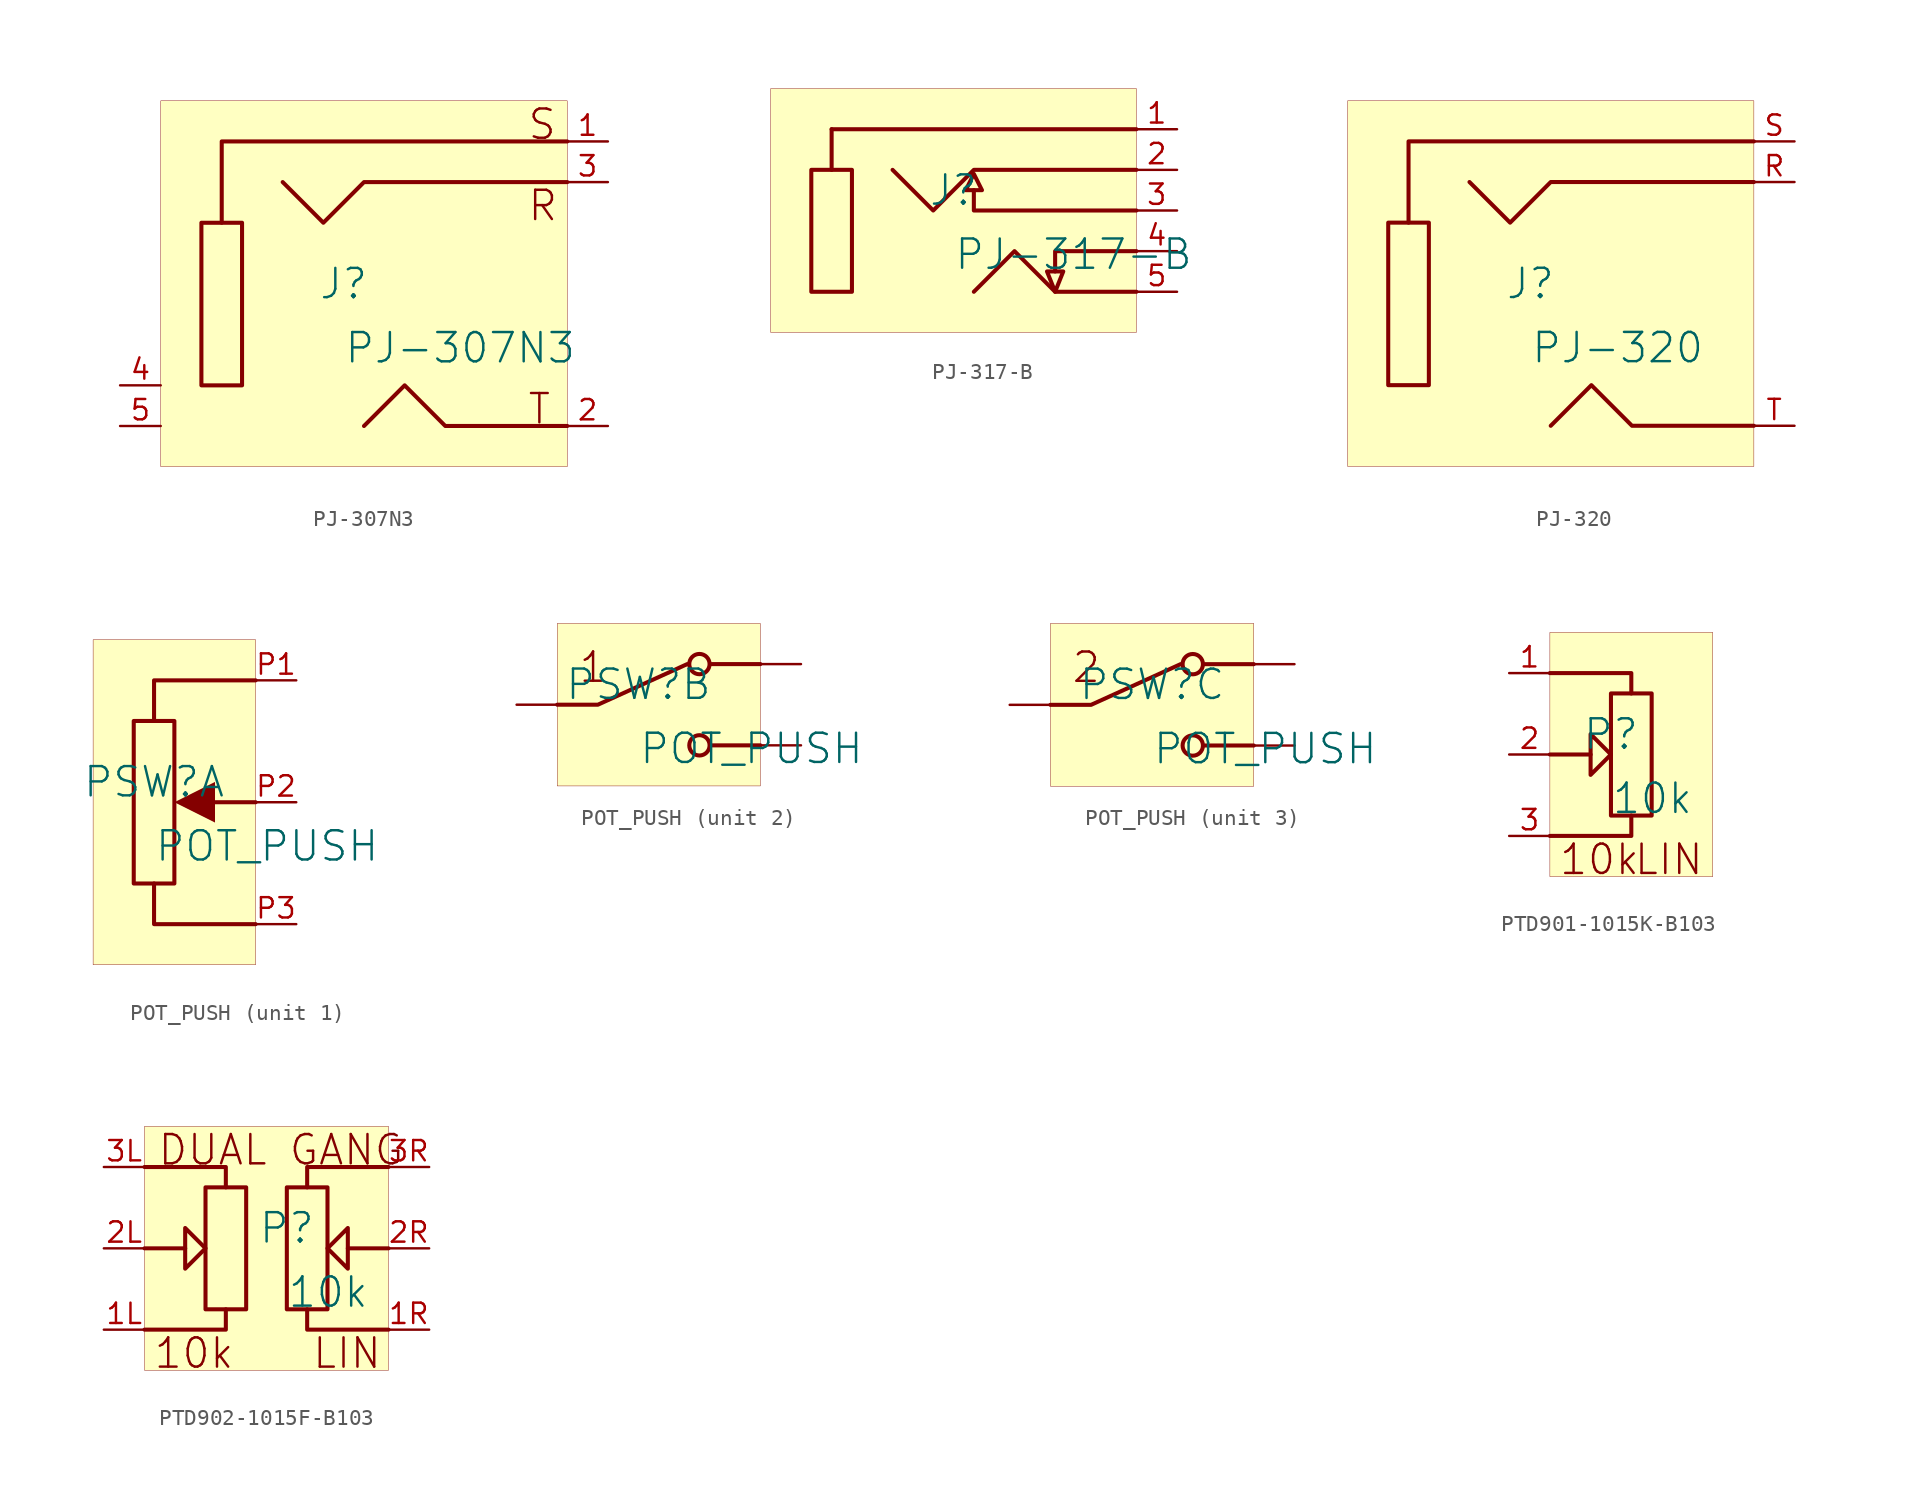
<source format=kicad_sym>
(kicad_symbol_lib
  (version 20231120)
  (generator "kicad_symbol_editor")
  (generator_version "8.0")
  (symbol "PJ-307N3"
    (property "Reference" "J"
      (at -1.27 1.27 0)
      (effects (font (size 1.829 1.829))))
    (property "Value" "PJ-307N3"
      (at -1.27 -3.81 0)
      (effects (font (size 1.829 1.829)) (justify left bottom)))
    (symbol "PJ-307N3_1_0"
      (polyline (pts (xy 12.7 10.16) (xy -8.89 10.16) (xy -8.89 5.08)) (stroke (width 0.254) (type solid)) (fill (type none)))
      (polyline (pts (xy -5.08 7.62) (xy -2.54 5.08) (xy 0 7.62) (xy 12.7 7.62)) (stroke (width 0.254) (type solid)) (fill (type none)))
      (polyline (pts (xy 0 -7.62) (xy 2.54 -5.08) (xy 5.08 -7.62) (xy 12.7 -7.62)) (stroke (width 0.254) (type solid)) (fill (type none)))
      (polyline (pts (xy -10.16 0) (xy -10.16 -5.08) (xy -7.62 -5.08) (xy -7.62 5.08) (xy -10.16 5.08) (xy -10.16 0)) (stroke (width 0.254) (type solid)) (fill (type none)))
      (rectangle (start 12.7 12.7) (end -12.7 -10.16) (stroke (width 0.025) (type solid) (color 128 0 0 1)) (fill (type background)))
      (text "R" (at 10.16 5.08 0) (effects (font (size 1.829 1.829)) (justify left bottom)))
      (text "S" (at 10.16 10.16 0) (effects (font (size 1.829 1.829)) (justify left bottom)))
      (text "T" (at 10.16 -7.62 0) (effects (font (size 1.829 1.829)) (justify left bottom)))
      (pin passive line (at 15.24 10.16 180) (length 2.54) (name "Sleeve" (effects (font (size 0 0)))) (number "1" (effects (font (size 1.27 1.27)))))
      (pin passive line (at 15.24 -7.62 180) (length 2.54) (name "Tip" (effects (font (size 0 0)))) (number "2" (effects (font (size 1.27 1.27)))))
      (pin passive line (at 15.24 7.62 180) (length 2.54) (name "Ring" (effects (font (size 0 0)))) (number "3" (effects (font (size 1.27 1.27)))))
      (pin passive line (at -15.24 -5.08 0) (length 2.54) (name "NC" (effects (font (size 0 0)))) (number "4" (effects (font (size 1.27 1.27)))))
      (pin passive line (at -15.24 -7.62 0) (length 2.54) (name "NC" (effects (font (size 0 0)))) (number "5" (effects (font (size 1.27 1.27)))))))
  (symbol "PJ-317-B"
    (property "Reference" "J"
      (at -1.27 1.27 0)
      (effects (font (size 1.829 1.829))))
    (property "Value" "PJ-317-B"
      (at -1.27 -3.81 0)
      (effects (font (size 1.829 1.829)) (justify left bottom)))
    (symbol "PJ-317-B_1_0"
      (polyline (pts (xy -8.89 5.08) (xy -8.89 2.54)) (stroke (width 0.254) (type solid)) (fill (type none)))
      (polyline (pts (xy 10.16 5.08) (xy -8.89 5.08)) (stroke (width 0.254) (type solid)) (fill (type none)))
      (polyline (pts (xy 10.16 -2.54) (xy 5.08 -2.54) (xy 5.08 -3.81)) (stroke (width 0.254) (type solid)) (fill (type none)))
      (polyline (pts (xy 10.16 0) (xy 0 0) (xy 0 1.27)) (stroke (width 0.254) (type solid)) (fill (type none)))
      (polyline (pts (xy 10.16 -5.08) (xy 5.08 -5.08) (xy 2.54 -2.54) (xy 0 -5.08)) (stroke (width 0.254) (type solid)) (fill (type none)))
      (polyline (pts (xy 10.16 2.54) (xy 0 2.54) (xy -2.54 0) (xy -5.08 2.54)) (stroke (width 0.254) (type solid)) (fill (type none)))
      (polyline (pts (xy -10.16 2.54) (xy -10.16 -5.08) (xy -7.62 -5.08) (xy -7.62 2.54) (xy -10.16 2.54)) (stroke (width 0.254) (type solid)) (fill (type none)))
      (polyline (pts (xy 0 1.27) (xy 0.508 1.27) (xy 0 2.286) (xy -0.508 1.27) (xy 0 1.27)) (stroke (width 0.254) (type solid)) (fill (type none)))
      (polyline (pts (xy 5.08 -3.81) (xy 5.588 -3.81) (xy 5.08 -5.08) (xy 4.572 -3.81) (xy 5.08 -3.81)) (stroke (width 0.254) (type solid)) (fill (type none)))
      (rectangle (start 10.16 7.62) (end -12.7 -7.62) (stroke (width 0.025) (type solid) (color 128 0 0 1)) (fill (type background)))
      (pin passive line (at 12.7 5.08 180) (length 2.54) (name "1" (effects (font (size 0 0)))) (number "1" (effects (font (size 1.27 1.27)))))
      (pin passive line (at 12.7 2.54 180) (length 2.54) (name "2" (effects (font (size 0 0)))) (number "2" (effects (font (size 1.27 1.27)))))
      (pin passive line (at 12.7 0 180) (length 2.54) (name "3" (effects (font (size 0 0)))) (number "3" (effects (font (size 1.27 1.27)))))
      (pin passive line (at 12.7 -2.54 180) (length 2.54) (name "4" (effects (font (size 0 0)))) (number "4" (effects (font (size 1.27 1.27)))))
      (pin passive line (at 12.7 -5.08 180) (length 2.54) (name "5" (effects (font (size 0 0)))) (number "5" (effects (font (size 1.27 1.27)))))))
  (symbol "PJ-320"
    (property "Reference" "J"
      (at -1.27 1.27 0)
      (effects (font (size 1.829 1.829))))
    (property "Value" "PJ-320"
      (at -1.27 -3.81 0)
      (effects (font (size 1.829 1.829)) (justify left bottom)))
    (symbol "PJ-320_1_0"
      (polyline (pts (xy 12.7 10.16) (xy -8.89 10.16) (xy -8.89 5.08)) (stroke (width 0.254) (type solid)) (fill (type none)))
      (polyline (pts (xy -5.08 7.62) (xy -2.54 5.08) (xy 0 7.62) (xy 12.7 7.62)) (stroke (width 0.254) (type solid)) (fill (type none)))
      (polyline (pts (xy 0 -7.62) (xy 2.54 -5.08) (xy 5.08 -7.62) (xy 12.7 -7.62)) (stroke (width 0.254) (type solid)) (fill (type none)))
      (polyline (pts (xy -10.16 0) (xy -10.16 -5.08) (xy -7.62 -5.08) (xy -7.62 5.08) (xy -10.16 5.08) (xy -10.16 0)) (stroke (width 0.254) (type solid)) (fill (type none)))
      (rectangle (start 12.7 12.7) (end -12.7 -10.16) (stroke (width 0.025) (type solid) (color 128 0 0 1)) (fill (type background)))
      (pin passive line (at 15.24 7.62 180) (length 2.54) (name "Ring" (effects (font (size 0 0)))) (number "R" (effects (font (size 1.27 1.27)))))
      (pin passive line (at 15.24 10.16 180) (length 2.54) (name "Sleeve" (effects (font (size 0 0)))) (number "S" (effects (font (size 1.27 1.27)))))
      (pin passive line (at 15.24 -7.62 180) (length 2.54) (name "Tip" (effects (font (size 0 0)))) (number "T" (effects (font (size 1.27 1.27)))))))
  (symbol "POT_PUSH"
    (property "Reference" "PSW"
      (at -1.27 1.27 0)
      (effects (font (size 1.829 1.829))))
    (property "Value" "POT_PUSH"
      (at -1.27 -3.81 0)
      (effects (font (size 1.829 1.829)) (justify left bottom)))
    (symbol "POT_PUSH_1_0"
      (polyline (pts (xy 2.54 0) (xy 5.08 0)) (stroke (width 0.254) (type solid)) (fill (type none)))
      (polyline (pts (xy -1.27 5.08) (xy -1.27 7.62) (xy 5.08 7.62)) (stroke (width 0.254) (type solid)) (fill (type none)))
      (polyline (pts (xy 5.08 -7.62) (xy -1.27 -7.62) (xy -1.27 -5.08)) (stroke (width 0.254) (type solid)) (fill (type none)))
      (polyline (pts (xy 0 0) (xy 2.54 1.27) (xy 2.54 -1.27) (xy 0 0) (xy 0 0)) (stroke (width -0.0001) (type solid)) (fill (type outline)))
      (polyline (pts (xy 0 5.08) (xy 0 -5.08) (xy -2.54 -5.08) (xy -2.54 5.08) (xy 0 5.08)) (stroke (width 0.254) (type solid)) (fill (type none)))
      (rectangle (start 5.08 10.16) (end -5.08 -10.16) (stroke (width 0.025) (type solid) (color 128 0 0 1)) (fill (type background)))
      (pin passive line (at 7.62 7.62 180) (length 2.54) (name "1" (effects (font (size 0 0)))) (number "P1" (effects (font (size 1.27 1.27)))))
      (pin passive line (at 7.62 0 180) (length 2.54) (name "2" (effects (font (size 0 0)))) (number "P2" (effects (font (size 1.27 1.27)))))
      (pin passive line (at 7.62 -7.62 180) (length 2.54) (name "3" (effects (font (size 0 0)))) (number "P3" (effects (font (size 1.27 1.27))))))
    (symbol "POT_PUSH_2_0"
      (polyline (pts (xy 6.35 -2.54) (xy 3.302 -2.54)) (stroke (width 0.254) (type solid)) (fill (type none)))
      (polyline (pts (xy 6.35 2.54) (xy 3.302 2.54)) (stroke (width 0.254) (type solid)) (fill (type none)))
      (polyline (pts (xy -6.35 0) (xy -3.81 0) (xy 1.778 2.54)) (stroke (width 0.254) (type solid)) (fill (type none)))
      (circle (center 2.54 -2.54) (radius 0.635) (stroke (width 0.254) (type solid)) (fill (type none)))
      (circle (center 2.54 2.54) (radius 0.635) (stroke (width 0.254) (type solid)) (fill (type none)))
      (rectangle (start 6.35 5.08) (end -6.35 -5.08) (stroke (width 0.025) (type solid) (color 128 0 0 1)) (fill (type background)))
      (text "1" (at -5.08 1.27 0) (effects (font (size 1.829 1.829)) (justify left bottom)))
      (pin passive line (at -8.89 0 0) (length 2.54) (name "COM" (effects (font (size 0 0)))) (number "SW1COM" (effects (font (size 0 0)))))
      (pin passive line (at 8.89 2.54 180) (length 2.54) (name "NC" (effects (font (size 0 0)))) (number "SW1NC" (effects (font (size 0 0)))))
      (pin passive line (at 8.89 -2.54 180) (length 2.54) (name "NO" (effects (font (size 0 0)))) (number "SW1NO" (effects (font (size 0 0))))))
    (symbol "POT_PUSH_3_0"
      (polyline (pts (xy 5.08 -2.54) (xy 2.032 -2.54)) (stroke (width 0.254) (type solid)) (fill (type none)))
      (polyline (pts (xy 5.08 2.54) (xy 2.032 2.54)) (stroke (width 0.254) (type solid)) (fill (type none)))
      (polyline (pts (xy -7.62 0) (xy -5.08 0) (xy 0.508 2.54)) (stroke (width 0.254) (type solid)) (fill (type none)))
      (circle (center 1.27 -2.54) (radius 0.635) (stroke (width 0.254) (type solid)) (fill (type none)))
      (circle (center 1.27 2.54) (radius 0.635) (stroke (width 0.254) (type solid)) (fill (type none)))
      (rectangle (start 5.08 5.08) (end -7.62 -5.08) (stroke (width 0.025) (type solid) (color 128 0 0 1)) (fill (type background)))
      (text "2" (at -6.35 1.27 0) (effects (font (size 1.829 1.829)) (justify left bottom)))
      (pin passive line (at -10.16 0 0) (length 2.54) (name "COM" (effects (font (size 0 0)))) (number "SW2COM" (effects (font (size 0 0)))))
      (pin passive line (at 7.62 2.54 180) (length 2.54) (name "NC" (effects (font (size 0 0)))) (number "SW2NC" (effects (font (size 0 0)))))
      (pin passive line (at 7.62 -2.54 180) (length 2.54) (name "NO" (effects (font (size 0 0)))) (number "SW2NO" (effects (font (size 0 0)))))))
  (symbol "PTD901-1015K-B103"
    (property "Reference" "P"
      (at -1.27 1.27 0)
      (effects (font (size 1.829 1.829))))
    (property "Value" "10k"
      (at -1.27 -3.81 0)
      (effects (font (size 1.829 1.829)) (justify left bottom)))
    (symbol "PTD901-1015K-B103_1_0"
      (polyline (pts (xy -5.08 0) (xy -2.54 0)) (stroke (width 0.254) (type solid)) (fill (type none)))
      (polyline (pts (xy -5.08 -5.08) (xy 0 -5.08) (xy 0 -3.81)) (stroke (width 0.254) (type solid)) (fill (type none)))
      (polyline (pts (xy -5.08 5.08) (xy 0 5.08) (xy 0 3.81)) (stroke (width 0.254) (type solid)) (fill (type none)))
      (polyline (pts (xy -2.54 0) (xy -2.54 1.27) (xy -1.27 0) (xy -2.54 -1.27) (xy -2.54 0)) (stroke (width 0.254) (type solid)) (fill (type none)))
      (polyline (pts (xy 1.27 3.81) (xy -1.27 3.81) (xy -1.27 -3.81) (xy 1.27 -3.81) (xy 1.27 3.81)) (stroke (width 0.254) (type solid)) (fill (type none)))
      (rectangle (start 5.08 7.62) (end -5.08 -7.62) (stroke (width 0.025) (type solid) (color 128 0 0 1)) (fill (type background)))
      (text "10k" (at -4.572 -7.62 0) (effects (font (size 1.829 1.829)) (justify left bottom)))
      (text "LIN" (at 4.572 -7.62 0) (effects (font (size 1.829 1.829)) (justify right bottom)))
      (pin passive line (at -7.62 5.08 0) (length 2.54) (name "1" (effects (font (size 0 0)))) (number "1" (effects (font (size 1.27 1.27)))))
      (pin passive line (at -7.62 0 0) (length 2.54) (name "2" (effects (font (size 0 0)))) (number "2" (effects (font (size 1.27 1.27)))))
      (pin passive line (at -7.62 -5.08 0) (length 2.54) (name "3" (effects (font (size 0 0)))) (number "3" (effects (font (size 1.27 1.27)))))))
  (symbol "PTD902-1015F-B103"
    (property "Reference" "P"
      (at -1.27 1.27 0)
      (effects (font (size 1.829 1.829))))
    (property "Value" "10k"
      (at -1.27 -3.81 0)
      (effects (font (size 1.829 1.829)) (justify left bottom)))
    (symbol "PTD902-1015F-B103_1_0"
      (polyline (pts (xy -10.16 0) (xy -7.62 0)) (stroke (width 0.254) (type solid)) (fill (type none)))
      (polyline (pts (xy 5.08 0) (xy 2.54 0)) (stroke (width 0.254) (type solid)) (fill (type none)))
      (polyline (pts (xy -10.16 -5.08) (xy -5.08 -5.08) (xy -5.08 -3.81)) (stroke (width 0.254) (type solid)) (fill (type none)))
      (polyline (pts (xy -10.16 5.08) (xy -5.08 5.08) (xy -5.08 3.81)) (stroke (width 0.254) (type solid)) (fill (type none)))
      (polyline (pts (xy 5.08 -5.08) (xy 0 -5.08) (xy 0 -3.81)) (stroke (width 0.254) (type solid)) (fill (type none)))
      (polyline (pts (xy 5.08 5.08) (xy 0 5.08) (xy 0 3.81)) (stroke (width 0.254) (type solid)) (fill (type none)))
      (polyline (pts (xy -7.62 0) (xy -7.62 1.27) (xy -6.35 0) (xy -7.62 -1.27) (xy -7.62 0)) (stroke (width 0.254) (type solid)) (fill (type none)))
      (polyline (pts (xy -3.81 3.81) (xy -6.35 3.81) (xy -6.35 -3.81) (xy -3.81 -3.81) (xy -3.81 3.81)) (stroke (width 0.254) (type solid)) (fill (type none)))
      (polyline (pts (xy -1.27 3.81) (xy 1.27 3.81) (xy 1.27 -3.81) (xy -1.27 -3.81) (xy -1.27 3.81)) (stroke (width 0.254) (type solid)) (fill (type none)))
      (polyline (pts (xy 2.54 0) (xy 2.54 1.27) (xy 1.27 0) (xy 2.54 -1.27) (xy 2.54 0)) (stroke (width 0.254) (type solid)) (fill (type none)))
      (rectangle (start 5.08 7.62) (end -10.16 -7.62) (stroke (width 0.025) (type solid) (color 128 0 0 1)) (fill (type background)))
      (text "10k" (at -9.652 -7.62 0) (effects (font (size 1.829 1.829)) (justify left bottom)))
      (text "DUAL GANG" (at -9.398 5.08 0) (effects (font (size 1.829 1.829)) (justify left bottom)))
      (text "LIN" (at 0.254 -7.62 0) (effects (font (size 1.829 1.829)) (justify left bottom)))
      (pin passive line (at -12.7 -5.08 0) (length 2.54) (name "1" (effects (font (size 0 0)))) (number "1L" (effects (font (size 1.27 1.27)))))
      (pin passive line (at 7.62 -5.08 180) (length 2.54) (name "1" (effects (font (size 0 0)))) (number "1R" (effects (font (size 1.27 1.27)))))
      (pin passive line (at -12.7 0 0) (length 2.54) (name "2" (effects (font (size 0 0)))) (number "2L" (effects (font (size 1.27 1.27)))))
      (pin passive line (at 7.62 0 180) (length 2.54) (name "2" (effects (font (size 0 0)))) (number "2R" (effects (font (size 1.27 1.27)))))
      (pin passive line (at -12.7 5.08 0) (length 2.54) (name "3" (effects (font (size 0 0)))) (number "3L" (effects (font (size 1.27 1.27)))))
      (pin passive line (at 7.62 5.08 180) (length 2.54) (name "3" (effects (font (size 0 0)))) (number "3R" (effects (font (size 1.27 1.27))))))))
</source>
